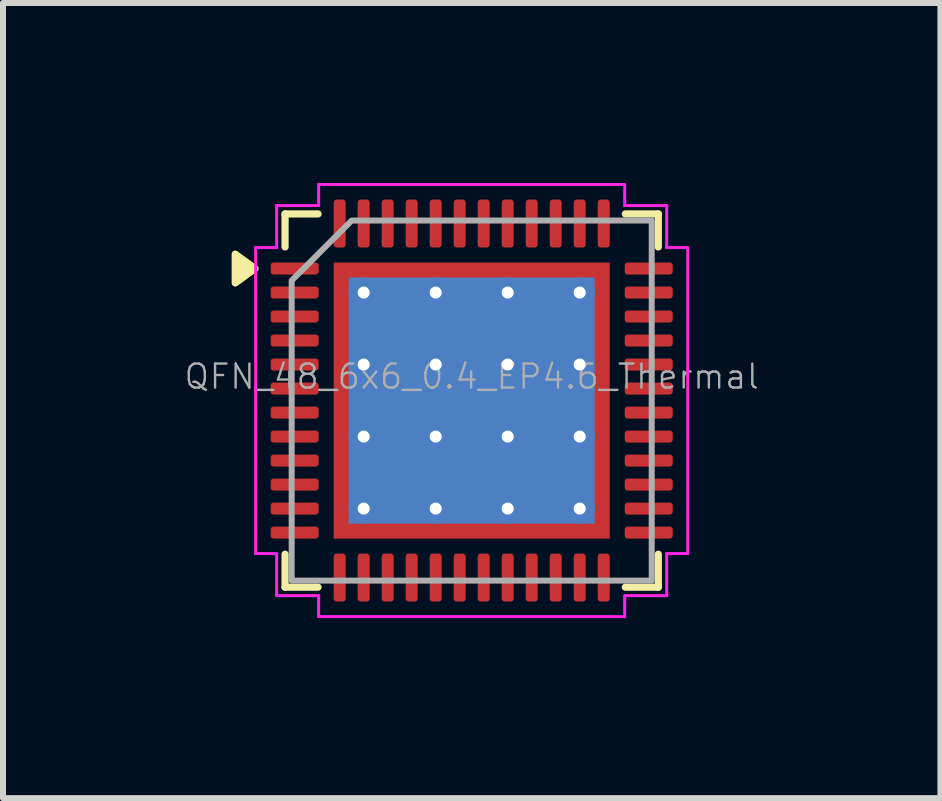
<source format=kicad_pcb>
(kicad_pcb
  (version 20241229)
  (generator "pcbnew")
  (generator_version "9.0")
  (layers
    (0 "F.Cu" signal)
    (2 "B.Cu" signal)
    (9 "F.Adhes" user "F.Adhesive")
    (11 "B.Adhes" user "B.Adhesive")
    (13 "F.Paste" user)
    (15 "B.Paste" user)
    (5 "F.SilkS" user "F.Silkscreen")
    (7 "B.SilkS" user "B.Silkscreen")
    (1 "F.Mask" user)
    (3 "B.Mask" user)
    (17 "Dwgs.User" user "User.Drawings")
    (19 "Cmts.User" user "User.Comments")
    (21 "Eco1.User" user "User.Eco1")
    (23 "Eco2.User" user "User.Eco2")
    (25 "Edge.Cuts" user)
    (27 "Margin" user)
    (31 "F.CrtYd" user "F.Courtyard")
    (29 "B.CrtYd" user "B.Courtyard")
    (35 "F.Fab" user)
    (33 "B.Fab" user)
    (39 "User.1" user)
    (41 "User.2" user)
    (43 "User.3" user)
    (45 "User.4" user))
  (footprint "QFN_48_6x6_0.4_EP4.6_Thermal"
    (layer "F.Cu")
    (at 4.81 3.625)
    (property "Reference" "QFN_48_6x6_0.4_EP4.6_Thermal" (at 0 -0.4 0) (layer "F.Fab") (effects (font (size 0.4 0.4) (thickness 0.04))))
    (attr smd)
    (fp_line (start -3.11 -3.11) (end -2.56 -3.11) (stroke (width 0.12) (type solid)) (layer "F.SilkS"))
    (fp_line (start -3.11 -2.56) (end -3.11 -3.11) (stroke (width 0.12) (type solid)) (layer "F.SilkS"))
    (fp_line (start -3.11 3.11) (end -3.11 2.56) (stroke (width 0.12) (type solid)) (layer "F.SilkS"))
    (fp_line (start -2.56 3.11) (end -3.11 3.11) (stroke (width 0.12) (type solid)) (layer "F.SilkS"))
    (fp_line (start 2.56 -3.11) (end 3.11 -3.11) (stroke (width 0.12) (type solid)) (layer "F.SilkS"))
    (fp_line (start 3.11 -3.11) (end 3.11 -2.56) (stroke (width 0.12) (type solid)) (layer "F.SilkS"))
    (fp_line (start 3.11 2.56) (end 3.11 3.11) (stroke (width 0.12) (type solid)) (layer "F.SilkS"))
    (fp_line (start 3.11 3.11) (end 2.56 3.11) (stroke (width 0.12) (type solid)) (layer "F.SilkS"))
    (fp_poly (pts (xy -3.61 -2.2) (xy -3.94 -1.96) (xy -3.94 -2.44)) (stroke (width 0.12) (type solid)) (fill yes) (layer "F.SilkS"))
    (fp_line (start -3.6 -2.55) (end -3.25 -2.55) (stroke (width 0.05) (type solid)) (layer "F.CrtYd"))
    (fp_line (start -3.6 2.55) (end -3.6 -2.55) (stroke (width 0.05) (type solid)) (layer "F.CrtYd"))
    (fp_line (start -3.25 -3.25) (end -2.55 -3.25) (stroke (width 0.05) (type solid)) (layer "F.CrtYd"))
    (fp_line (start -3.25 -2.55) (end -3.25 -3.25) (stroke (width 0.05) (type solid)) (layer "F.CrtYd"))
    (fp_line (start -3.25 2.55) (end -3.6 2.55) (stroke (width 0.05) (type solid)) (layer "F.CrtYd"))
    (fp_line (start -3.25 3.25) (end -3.25 2.55) (stroke (width 0.05) (type solid)) (layer "F.CrtYd"))
    (fp_line (start -2.55 -3.6) (end 2.55 -3.6) (stroke (width 0.05) (type solid)) (layer "F.CrtYd"))
    (fp_line (start -2.55 -3.25) (end -2.55 -3.6) (stroke (width 0.05) (type solid)) (layer "F.CrtYd"))
    (fp_line (start -2.55 3.25) (end -3.25 3.25) (stroke (width 0.05) (type solid)) (layer "F.CrtYd"))
    (fp_line (start -2.55 3.6) (end -2.55 3.25) (stroke (width 0.05) (type solid)) (layer "F.CrtYd"))
    (fp_line (start 2.55 -3.6) (end 2.55 -3.25) (stroke (width 0.05) (type solid)) (layer "F.CrtYd"))
    (fp_line (start 2.55 -3.25) (end 3.25 -3.25) (stroke (width 0.05) (type solid)) (layer "F.CrtYd"))
    (fp_line (start 2.55 3.25) (end 2.55 3.6) (stroke (width 0.05) (type solid)) (layer "F.CrtYd"))
    (fp_line (start 2.55 3.6) (end -2.55 3.6) (stroke (width 0.05) (type solid)) (layer "F.CrtYd"))
    (fp_line (start 3.25 -3.25) (end 3.25 -2.55) (stroke (width 0.05) (type solid)) (layer "F.CrtYd"))
    (fp_line (start 3.25 -2.55) (end 3.6 -2.55) (stroke (width 0.05) (type solid)) (layer "F.CrtYd"))
    (fp_line (start 3.25 2.55) (end 3.25 3.25) (stroke (width 0.05) (type solid)) (layer "F.CrtYd"))
    (fp_line (start 3.25 3.25) (end 2.55 3.25) (stroke (width 0.05) (type solid)) (layer "F.CrtYd"))
    (fp_line (start 3.6 -2.55) (end 3.6 2.55) (stroke (width 0.05) (type solid)) (layer "F.CrtYd"))
    (fp_line (start 3.6 2.55) (end 3.25 2.55) (stroke (width 0.05) (type solid)) (layer "F.CrtYd"))
    (fp_poly (pts (xy -3 -2) (xy -3 3) (xy 3 3) (xy 3 -3) (xy -2 -3)) (stroke (width 0.1) (type solid)) (fill no) (layer "F.Fab"))
    (pad "" smd roundrect (at -1.53 -1.53) (size 1.24 1.24) (layers "F.Paste") (roundrect_rratio 0.202))
    (pad "" smd roundrect (at -1.53 0) (size 1.24 1.24) (layers "F.Paste") (roundrect_rratio 0.202))
    (pad "" smd roundrect (at -1.53 1.53) (size 1.24 1.24) (layers "F.Paste") (roundrect_rratio 0.202))
    (pad "" smd roundrect (at 0 -1.53) (size 1.24 1.24) (layers "F.Paste") (roundrect_rratio 0.202))
    (pad "" smd roundrect (at 0 0) (size 1.24 1.24) (layers "F.Paste") (roundrect_rratio 0.202))
    (pad "" smd roundrect (at 0 1.53) (size 1.24 1.24) (layers "F.Paste") (roundrect_rratio 0.202))
    (pad "" smd roundrect (at 1.53 -1.53) (size 1.24 1.24) (layers "F.Paste") (roundrect_rratio 0.202))
    (pad "" smd roundrect (at 1.53 0) (size 1.24 1.24) (layers "F.Paste") (roundrect_rratio 0.202))
    (pad "" smd roundrect (at 1.53 1.53) (size 1.24 1.24) (layers "F.Paste") (roundrect_rratio 0.202))
    (pad "1" smd roundrect (at -2.95 -2.2) (size 0.8 0.2) (layers "F.Cu" "F.Mask" "F.Paste") (roundrect_rratio 0.25))
    (pad "2" smd roundrect (at -2.95 -1.8) (size 0.8 0.2) (layers "F.Cu" "F.Mask" "F.Paste") (roundrect_rratio 0.25))
    (pad "3" smd roundrect (at -2.95 -1.4) (size 0.8 0.2) (layers "F.Cu" "F.Mask" "F.Paste") (roundrect_rratio 0.25))
    (pad "4" smd roundrect (at -2.95 -1) (size 0.8 0.2) (layers "F.Cu" "F.Mask" "F.Paste") (roundrect_rratio 0.25))
    (pad "5" smd roundrect (at -2.95 -0.6) (size 0.8 0.2) (layers "F.Cu" "F.Mask" "F.Paste") (roundrect_rratio 0.25))
    (pad "6" smd roundrect (at -2.95 -0.2) (size 0.8 0.2) (layers "F.Cu" "F.Mask" "F.Paste") (roundrect_rratio 0.25))
    (pad "7" smd roundrect (at -2.95 0.2) (size 0.8 0.2) (layers "F.Cu" "F.Mask" "F.Paste") (roundrect_rratio 0.25))
    (pad "8" smd roundrect (at -2.95 0.6) (size 0.8 0.2) (layers "F.Cu" "F.Mask" "F.Paste") (roundrect_rratio 0.25))
    (pad "9" smd roundrect (at -2.95 1) (size 0.8 0.2) (layers "F.Cu" "F.Mask" "F.Paste") (roundrect_rratio 0.25))
    (pad "10" smd roundrect (at -2.95 1.4) (size 0.8 0.2) (layers "F.Cu" "F.Mask" "F.Paste") (roundrect_rratio 0.25))
    (pad "11" smd roundrect (at -2.95 1.8) (size 0.8 0.2) (layers "F.Cu" "F.Mask" "F.Paste") (roundrect_rratio 0.25))
    (pad "12" smd roundrect (at -2.95 2.2) (size 0.8 0.2) (layers "F.Cu" "F.Mask" "F.Paste") (roundrect_rratio 0.25))
    (pad "13" smd roundrect (at -2.2 2.95) (size 0.2 0.8) (layers "F.Cu" "F.Mask" "F.Paste") (roundrect_rratio 0.25))
    (pad "14" smd roundrect (at -1.8 2.95) (size 0.2 0.8) (layers "F.Cu" "F.Mask" "F.Paste") (roundrect_rratio 0.25))
    (pad "15" smd roundrect (at -1.4 2.95) (size 0.2 0.8) (layers "F.Cu" "F.Mask" "F.Paste") (roundrect_rratio 0.25))
    (pad "16" smd roundrect (at -1 2.95) (size 0.2 0.8) (layers "F.Cu" "F.Mask" "F.Paste") (roundrect_rratio 0.25))
    (pad "17" smd roundrect (at -0.6 2.95) (size 0.2 0.8) (layers "F.Cu" "F.Mask" "F.Paste") (roundrect_rratio 0.25))
    (pad "18" smd roundrect (at -0.2 2.95) (size 0.2 0.8) (layers "F.Cu" "F.Mask" "F.Paste") (roundrect_rratio 0.25))
    (pad "19" smd roundrect (at 0.2 2.95) (size 0.2 0.8) (layers "F.Cu" "F.Mask" "F.Paste") (roundrect_rratio 0.25))
    (pad "20" smd roundrect (at 0.6 2.95) (size 0.2 0.8) (layers "F.Cu" "F.Mask" "F.Paste") (roundrect_rratio 0.25))
    (pad "21" smd roundrect (at 1 2.95) (size 0.2 0.8) (layers "F.Cu" "F.Mask" "F.Paste") (roundrect_rratio 0.25))
    (pad "22" smd roundrect (at 1.4 2.95) (size 0.2 0.8) (layers "F.Cu" "F.Mask" "F.Paste") (roundrect_rratio 0.25))
    (pad "23" smd roundrect (at 1.8 2.95) (size 0.2 0.8) (layers "F.Cu" "F.Mask" "F.Paste") (roundrect_rratio 0.25))
    (pad "24" smd roundrect (at 2.2 2.95) (size 0.2 0.8) (layers "F.Cu" "F.Mask" "F.Paste") (roundrect_rratio 0.25))
    (pad "25" smd roundrect (at 2.95 2.2) (size 0.8 0.2) (layers "F.Cu" "F.Mask" "F.Paste") (roundrect_rratio 0.25))
    (pad "26" smd roundrect (at 2.95 1.8) (size 0.8 0.2) (layers "F.Cu" "F.Mask" "F.Paste") (roundrect_rratio 0.25))
    (pad "27" smd roundrect (at 2.95 1.4) (size 0.8 0.2) (layers "F.Cu" "F.Mask" "F.Paste") (roundrect_rratio 0.25))
    (pad "28" smd roundrect (at 2.95 1) (size 0.8 0.2) (layers "F.Cu" "F.Mask" "F.Paste") (roundrect_rratio 0.25))
    (pad "29" smd roundrect (at 2.95 0.6) (size 0.8 0.2) (layers "F.Cu" "F.Mask" "F.Paste") (roundrect_rratio 0.25))
    (pad "30" smd roundrect (at 2.95 0.2) (size 0.8 0.2) (layers "F.Cu" "F.Mask" "F.Paste") (roundrect_rratio 0.25))
    (pad "31" smd roundrect (at 2.95 -0.2) (size 0.8 0.2) (layers "F.Cu" "F.Mask" "F.Paste") (roundrect_rratio 0.25))
    (pad "32" smd roundrect (at 2.95 -0.6) (size 0.8 0.2) (layers "F.Cu" "F.Mask" "F.Paste") (roundrect_rratio 0.25))
    (pad "33" smd roundrect (at 2.95 -1) (size 0.8 0.2) (layers "F.Cu" "F.Mask" "F.Paste") (roundrect_rratio 0.25))
    (pad "34" smd roundrect (at 2.95 -1.4) (size 0.8 0.2) (layers "F.Cu" "F.Mask" "F.Paste") (roundrect_rratio 0.25))
    (pad "35" smd roundrect (at 2.95 -1.8) (size 0.8 0.2) (layers "F.Cu" "F.Mask" "F.Paste") (roundrect_rratio 0.25))
    (pad "36" smd roundrect (at 2.95 -2.2) (size 0.8 0.2) (layers "F.Cu" "F.Mask" "F.Paste") (roundrect_rratio 0.25))
    (pad "37" smd roundrect (at 2.2 -2.95) (size 0.2 0.8) (layers "F.Cu" "F.Mask" "F.Paste") (roundrect_rratio 0.25))
    (pad "38" smd roundrect (at 1.8 -2.95) (size 0.2 0.8) (layers "F.Cu" "F.Mask" "F.Paste") (roundrect_rratio 0.25))
    (pad "39" smd roundrect (at 1.4 -2.95) (size 0.2 0.8) (layers "F.Cu" "F.Mask" "F.Paste") (roundrect_rratio 0.25))
    (pad "40" smd roundrect (at 1 -2.95) (size 0.2 0.8) (layers "F.Cu" "F.Mask" "F.Paste") (roundrect_rratio 0.25))
    (pad "41" smd roundrect (at 0.6 -2.95) (size 0.2 0.8) (layers "F.Cu" "F.Mask" "F.Paste") (roundrect_rratio 0.25))
    (pad "42" smd roundrect (at 0.2 -2.95) (size 0.2 0.8) (layers "F.Cu" "F.Mask" "F.Paste") (roundrect_rratio 0.25))
    (pad "43" smd roundrect (at -0.2 -2.95) (size 0.2 0.8) (layers "F.Cu" "F.Mask" "F.Paste") (roundrect_rratio 0.25))
    (pad "44" smd roundrect (at -0.6 -2.95) (size 0.2 0.8) (layers "F.Cu" "F.Mask" "F.Paste") (roundrect_rratio 0.25))
    (pad "45" smd roundrect (at -1 -2.95) (size 0.2 0.8) (layers "F.Cu" "F.Mask" "F.Paste") (roundrect_rratio 0.25))
    (pad "46" smd roundrect (at -1.4 -2.95) (size 0.2 0.8) (layers "F.Cu" "F.Mask" "F.Paste") (roundrect_rratio 0.25))
    (pad "47" smd roundrect (at -1.8 -2.95) (size 0.2 0.8) (layers "F.Cu" "F.Mask" "F.Paste") (roundrect_rratio 0.25))
    (pad "48" smd roundrect (at -2.2 -2.95) (size 0.2 0.8) (layers "F.Cu" "F.Mask" "F.Paste") (roundrect_rratio 0.25))
    (pad "49" thru_hole circle (at -1.8 -1.8) (size 0.5 0.5) (drill 0.2) (property pad_prop_heatsink) (layers "*.Cu"))
    (pad "49" thru_hole circle (at -1.8 -0.6) (size 0.5 0.5) (drill 0.2) (property pad_prop_heatsink) (layers "*.Cu"))
    (pad "49" thru_hole circle (at -1.8 0.6) (size 0.5 0.5) (drill 0.2) (property pad_prop_heatsink) (layers "*.Cu"))
    (pad "49" thru_hole circle (at -1.8 1.8) (size 0.5 0.5) (drill 0.2) (property pad_prop_heatsink) (layers "*.Cu"))
    (pad "49" thru_hole circle (at -0.6 -1.8) (size 0.5 0.5) (drill 0.2) (property pad_prop_heatsink) (layers "*.Cu"))
    (pad "49" thru_hole circle (at -0.6 -0.6) (size 0.5 0.5) (drill 0.2) (property pad_prop_heatsink) (layers "*.Cu"))
    (pad "49" thru_hole circle (at -0.6 0.6) (size 0.5 0.5) (drill 0.2) (property pad_prop_heatsink) (layers "*.Cu"))
    (pad "49" thru_hole circle (at -0.6 1.8) (size 0.5 0.5) (drill 0.2) (property pad_prop_heatsink) (layers "*.Cu"))
    (pad "49" smd rect (at 0 0) (size 4.1 4.1) (property pad_prop_heatsink) (layers "B.Cu"))
    (pad "49" smd rect (at 0 0) (size 4.6 4.6) (property pad_prop_heatsink) (layers "F.Cu" "F.Mask"))
    (pad "49" thru_hole circle (at 0.6 -1.8) (size 0.5 0.5) (drill 0.2) (property pad_prop_heatsink) (layers "*.Cu"))
    (pad "49" thru_hole circle (at 0.6 -0.6) (size 0.5 0.5) (drill 0.2) (property pad_prop_heatsink) (layers "*.Cu"))
    (pad "49" thru_hole circle (at 0.6 0.6) (size 0.5 0.5) (drill 0.2) (property pad_prop_heatsink) (layers "*.Cu"))
    (pad "49" thru_hole circle (at 0.6 1.8) (size 0.5 0.5) (drill 0.2) (property pad_prop_heatsink) (layers "*.Cu"))
    (pad "49" thru_hole circle (at 1.8 -1.8) (size 0.5 0.5) (drill 0.2) (property pad_prop_heatsink) (layers "*.Cu"))
    (pad "49" thru_hole circle (at 1.8 -0.6) (size 0.5 0.5) (drill 0.2) (property pad_prop_heatsink) (layers "*.Cu"))
    (pad "49" thru_hole circle (at 1.8 0.6) (size 0.5 0.5) (drill 0.2) (property pad_prop_heatsink) (layers "*.Cu"))
    (pad "49" thru_hole circle (at 1.8 1.8) (size 0.5 0.5) (drill 0.2) (property pad_prop_heatsink) (layers "*.Cu")))
  (gr_rect
    (start -3 -3)
    (end 12.621 10.25)
    (stroke (width 0.1) (type default))
    (fill no)
    (layer "Edge.Cuts")))
</source>
